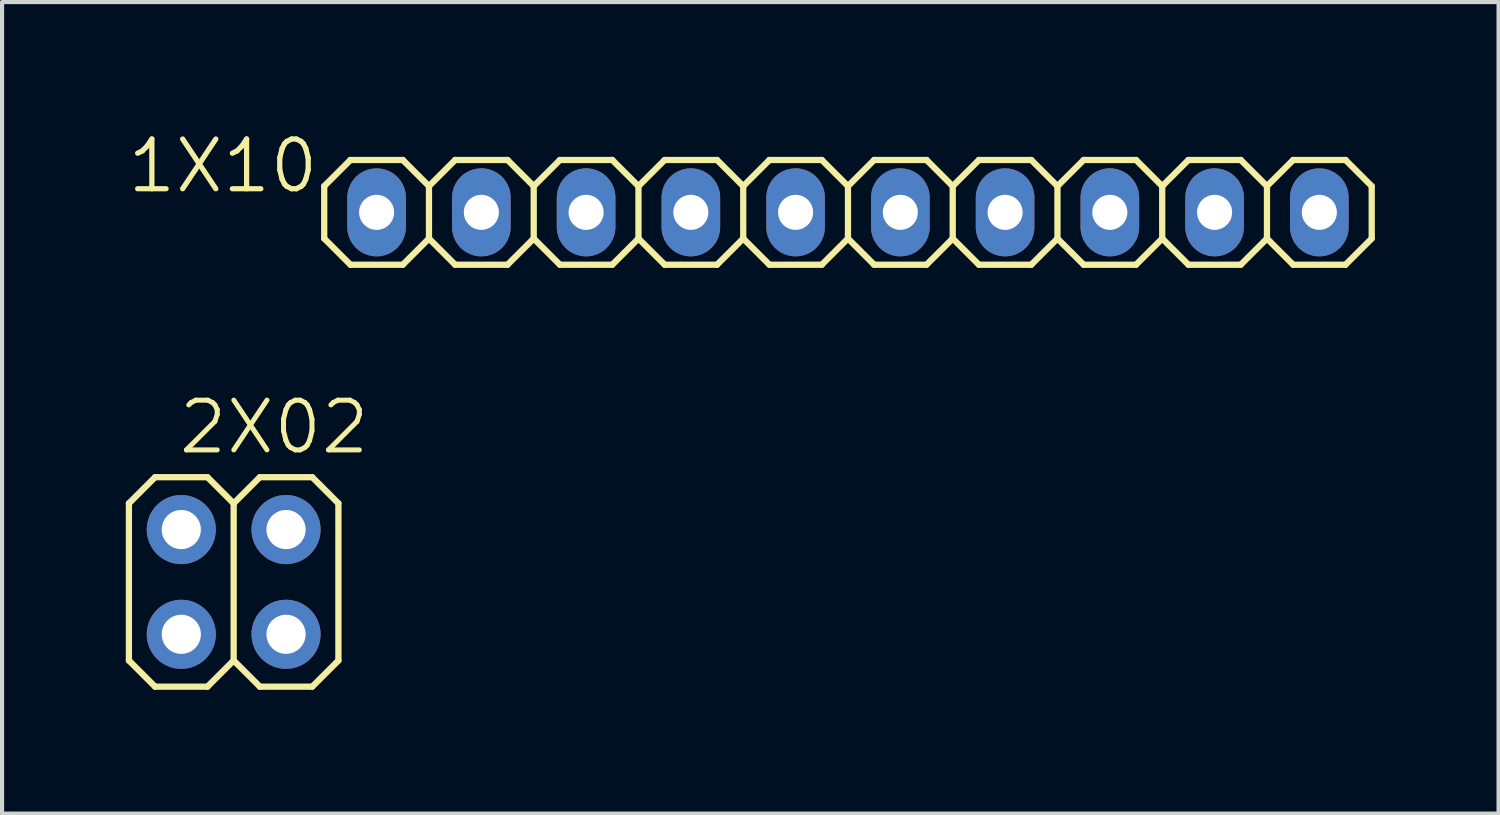
<source format=kicad_pcb>
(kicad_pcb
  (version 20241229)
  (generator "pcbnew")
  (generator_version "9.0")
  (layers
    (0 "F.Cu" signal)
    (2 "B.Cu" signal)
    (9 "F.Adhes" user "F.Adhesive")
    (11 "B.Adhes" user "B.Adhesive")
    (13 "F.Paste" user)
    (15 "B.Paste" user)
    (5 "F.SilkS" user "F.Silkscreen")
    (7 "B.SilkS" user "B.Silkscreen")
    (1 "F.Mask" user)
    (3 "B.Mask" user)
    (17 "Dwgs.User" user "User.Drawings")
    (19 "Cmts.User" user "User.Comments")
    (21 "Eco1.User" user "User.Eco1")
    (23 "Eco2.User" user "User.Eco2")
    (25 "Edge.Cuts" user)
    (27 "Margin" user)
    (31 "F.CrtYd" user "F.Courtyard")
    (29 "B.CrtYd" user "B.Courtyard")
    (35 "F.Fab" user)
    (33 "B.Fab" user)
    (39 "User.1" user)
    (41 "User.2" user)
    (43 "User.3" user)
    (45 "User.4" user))
  (footprint "2X02"
    (layer "F.Cu")
    (at 2.616 11.061)
    (property "Reference" "2X02" (at -1.397 -3.048 0) (layer "F.SilkS") (effects (font (size 1.206 1.206) (thickness 0.121)) (justify left bottom)))
    (attr through_hole)
    (fp_line (start -2.54 -1.905) (end -1.905 -2.54) (stroke (width 0.152) (type solid)) (layer "F.SilkS"))
    (fp_line (start -2.54 1.905) (end -2.54 -1.905) (stroke (width 0.152) (type solid)) (layer "F.SilkS"))
    (fp_line (start -2.54 1.905) (end -1.905 2.54) (stroke (width 0.152) (type solid)) (layer "F.SilkS"))
    (fp_line (start -1.905 -2.54) (end -0.635 -2.54) (stroke (width 0.152) (type solid)) (layer "F.SilkS"))
    (fp_line (start -1.905 2.54) (end -0.635 2.54) (stroke (width 0.152) (type solid)) (layer "F.SilkS"))
    (fp_line (start -0.635 -2.54) (end 0 -1.905) (stroke (width 0.152) (type solid)) (layer "F.SilkS"))
    (fp_line (start -0.635 2.54) (end 0 1.905) (stroke (width 0.152) (type solid)) (layer "F.SilkS"))
    (fp_line (start 0 -1.905) (end 0 1.905) (stroke (width 0.152) (type solid)) (layer "F.SilkS"))
    (fp_line (start 0 -1.905) (end 0.635 -2.54) (stroke (width 0.152) (type solid)) (layer "F.SilkS"))
    (fp_line (start 0 1.905) (end 0.635 2.54) (stroke (width 0.152) (type solid)) (layer "F.SilkS"))
    (fp_line (start 0.635 -2.54) (end 1.905 -2.54) (stroke (width 0.152) (type solid)) (layer "F.SilkS"))
    (fp_line (start 0.635 2.54) (end 1.905 2.54) (stroke (width 0.152) (type solid)) (layer "F.SilkS"))
    (fp_line (start 1.905 -2.54) (end 2.54 -1.905) (stroke (width 0.152) (type solid)) (layer "F.SilkS"))
    (fp_line (start 1.905 2.54) (end 2.54 1.905) (stroke (width 0.152) (type solid)) (layer "F.SilkS"))
    (fp_line (start 2.54 -1.905) (end 2.54 1.905) (stroke (width 0.152) (type solid)) (layer "F.SilkS"))
    (fp_poly (pts (xy -1.524 -1.016) (xy -1.016 -1.016) (xy -1.016 -1.524) (xy -1.524 -1.524)) (stroke (width 0.1) (type solid)) (fill no) (layer "F.Fab"))
    (fp_poly (pts (xy -1.524 1.524) (xy -1.016 1.524) (xy -1.016 1.016) (xy -1.524 1.016)) (stroke (width 0.1) (type solid)) (fill no) (layer "F.Fab"))
    (fp_poly (pts (xy 1.016 -1.016) (xy 1.524 -1.016) (xy 1.524 -1.524) (xy 1.016 -1.524)) (stroke (width 0.1) (type solid)) (fill no) (layer "F.Fab"))
    (fp_poly (pts (xy 1.016 1.524) (xy 1.524 1.524) (xy 1.524 1.016) (xy 1.016 1.016)) (stroke (width 0.1) (type solid)) (fill no) (layer "F.Fab"))
    (pad "1" thru_hole circle (at -1.27 1.27) (size 1.676 1.676) (drill 0.95) (layers "*.Cu" "*.Mask"))
    (pad "2" thru_hole circle (at -1.27 -1.27) (size 1.676 1.676) (drill 0.95) (layers "*.Cu" "*.Mask"))
    (pad "3" thru_hole circle (at 1.27 1.27) (size 1.676 1.676) (drill 0.95) (layers "*.Cu" "*.Mask"))
    (pad "4" thru_hole circle (at 1.27 -1.27) (size 1.676 1.676) (drill 0.95) (layers "*.Cu" "*.Mask")))
  (footprint "1X10"
    (layer "F.Cu")
    (at 17.512 2.099)
    (property "Reference" "1X10" (at -12.776 -1.829 0) (layer "F.SilkS") (effects (font (size 1.206 1.206) (thickness 0.127)) (justify right top)))
    (attr through_hole)
    (fp_line (start -12.7 -0.635) (end -12.7 0.635) (stroke (width 0.152) (type solid)) (layer "F.SilkS"))
    (fp_line (start -12.7 0.635) (end -12.065 1.27) (stroke (width 0.152) (type solid)) (layer "F.SilkS"))
    (fp_line (start -12.065 -1.27) (end -12.7 -0.635) (stroke (width 0.152) (type solid)) (layer "F.SilkS"))
    (fp_line (start -12.065 -1.27) (end -10.795 -1.27) (stroke (width 0.152) (type solid)) (layer "F.SilkS"))
    (fp_line (start -10.795 -1.27) (end -10.16 -0.635) (stroke (width 0.152) (type solid)) (layer "F.SilkS"))
    (fp_line (start -10.795 1.27) (end -12.065 1.27) (stroke (width 0.152) (type solid)) (layer "F.SilkS"))
    (fp_line (start -10.16 -0.635) (end -10.16 0.635) (stroke (width 0.152) (type solid)) (layer "F.SilkS"))
    (fp_line (start -10.16 -0.635) (end -9.525 -1.27) (stroke (width 0.152) (type solid)) (layer "F.SilkS"))
    (fp_line (start -10.16 0.635) (end -10.795 1.27) (stroke (width 0.152) (type solid)) (layer "F.SilkS"))
    (fp_line (start -9.525 -1.27) (end -8.255 -1.27) (stroke (width 0.152) (type solid)) (layer "F.SilkS"))
    (fp_line (start -9.525 1.27) (end -10.16 0.635) (stroke (width 0.152) (type solid)) (layer "F.SilkS"))
    (fp_line (start -8.255 -1.27) (end -7.62 -0.635) (stroke (width 0.152) (type solid)) (layer "F.SilkS"))
    (fp_line (start -8.255 1.27) (end -9.525 1.27) (stroke (width 0.152) (type solid)) (layer "F.SilkS"))
    (fp_line (start -7.62 -0.635) (end -7.62 0.635) (stroke (width 0.152) (type solid)) (layer "F.SilkS"))
    (fp_line (start -7.62 -0.635) (end -6.985 -1.27) (stroke (width 0.152) (type solid)) (layer "F.SilkS"))
    (fp_line (start -7.62 0.635) (end -8.255 1.27) (stroke (width 0.152) (type solid)) (layer "F.SilkS"))
    (fp_line (start -6.985 -1.27) (end -5.715 -1.27) (stroke (width 0.152) (type solid)) (layer "F.SilkS"))
    (fp_line (start -6.985 1.27) (end -7.62 0.635) (stroke (width 0.152) (type solid)) (layer "F.SilkS"))
    (fp_line (start -5.715 -1.27) (end -5.08 -0.635) (stroke (width 0.152) (type solid)) (layer "F.SilkS"))
    (fp_line (start -5.715 1.27) (end -6.985 1.27) (stroke (width 0.152) (type solid)) (layer "F.SilkS"))
    (fp_line (start -5.08 -0.635) (end -5.08 0.635) (stroke (width 0.152) (type solid)) (layer "F.SilkS"))
    (fp_line (start -5.08 0.635) (end -5.715 1.27) (stroke (width 0.152) (type solid)) (layer "F.SilkS"))
    (fp_line (start -5.08 0.635) (end -4.445 1.27) (stroke (width 0.152) (type solid)) (layer "F.SilkS"))
    (fp_line (start -4.445 -1.27) (end -5.08 -0.635) (stroke (width 0.152) (type solid)) (layer "F.SilkS"))
    (fp_line (start -4.445 -1.27) (end -3.175 -1.27) (stroke (width 0.152) (type solid)) (layer "F.SilkS"))
    (fp_line (start -3.175 -1.27) (end -2.54 -0.635) (stroke (width 0.152) (type solid)) (layer "F.SilkS"))
    (fp_line (start -3.175 1.27) (end -4.445 1.27) (stroke (width 0.152) (type solid)) (layer "F.SilkS"))
    (fp_line (start -2.54 -0.635) (end -2.54 0.635) (stroke (width 0.152) (type solid)) (layer "F.SilkS"))
    (fp_line (start -2.54 -0.635) (end -1.905 -1.27) (stroke (width 0.152) (type solid)) (layer "F.SilkS"))
    (fp_line (start -2.54 0.635) (end -3.175 1.27) (stroke (width 0.152) (type solid)) (layer "F.SilkS"))
    (fp_line (start -1.905 -1.27) (end -0.635 -1.27) (stroke (width 0.152) (type solid)) (layer "F.SilkS"))
    (fp_line (start -1.905 1.27) (end -2.54 0.635) (stroke (width 0.152) (type solid)) (layer "F.SilkS"))
    (fp_line (start -0.635 -1.27) (end 0 -0.635) (stroke (width 0.152) (type solid)) (layer "F.SilkS"))
    (fp_line (start -0.635 1.27) (end -1.905 1.27) (stroke (width 0.152) (type solid)) (layer "F.SilkS"))
    (fp_line (start 0 -0.635) (end 0 0.635) (stroke (width 0.152) (type solid)) (layer "F.SilkS"))
    (fp_line (start 0 -0.635) (end 0.635 -1.27) (stroke (width 0.152) (type solid)) (layer "F.SilkS"))
    (fp_line (start 0 0.635) (end -0.635 1.27) (stroke (width 0.152) (type solid)) (layer "F.SilkS"))
    (fp_line (start 0.635 -1.27) (end 1.905 -1.27) (stroke (width 0.152) (type solid)) (layer "F.SilkS"))
    (fp_line (start 0.635 1.27) (end 0 0.635) (stroke (width 0.152) (type solid)) (layer "F.SilkS"))
    (fp_line (start 1.905 -1.27) (end 2.54 -0.635) (stroke (width 0.152) (type solid)) (layer "F.SilkS"))
    (fp_line (start 1.905 1.27) (end 0.635 1.27) (stroke (width 0.152) (type solid)) (layer "F.SilkS"))
    (fp_line (start 2.54 -0.635) (end 2.54 0.635) (stroke (width 0.152) (type solid)) (layer "F.SilkS"))
    (fp_line (start 2.54 0.635) (end 1.905 1.27) (stroke (width 0.152) (type solid)) (layer "F.SilkS"))
    (fp_line (start 2.54 0.635) (end 3.175 1.27) (stroke (width 0.152) (type solid)) (layer "F.SilkS"))
    (fp_line (start 3.175 -1.27) (end 2.54 -0.635) (stroke (width 0.152) (type solid)) (layer "F.SilkS"))
    (fp_line (start 3.175 -1.27) (end 4.445 -1.27) (stroke (width 0.152) (type solid)) (layer "F.SilkS"))
    (fp_line (start 4.445 -1.27) (end 5.08 -0.635) (stroke (width 0.152) (type solid)) (layer "F.SilkS"))
    (fp_line (start 4.445 1.27) (end 3.175 1.27) (stroke (width 0.152) (type solid)) (layer "F.SilkS"))
    (fp_line (start 5.08 -0.635) (end 5.08 0.635) (stroke (width 0.152) (type solid)) (layer "F.SilkS"))
    (fp_line (start 5.08 -0.635) (end 5.715 -1.27) (stroke (width 0.152) (type solid)) (layer "F.SilkS"))
    (fp_line (start 5.08 0.635) (end 4.445 1.27) (stroke (width 0.152) (type solid)) (layer "F.SilkS"))
    (fp_line (start 5.715 -1.27) (end 6.985 -1.27) (stroke (width 0.152) (type solid)) (layer "F.SilkS"))
    (fp_line (start 5.715 1.27) (end 5.08 0.635) (stroke (width 0.152) (type solid)) (layer "F.SilkS"))
    (fp_line (start 6.985 -1.27) (end 7.62 -0.635) (stroke (width 0.152) (type solid)) (layer "F.SilkS"))
    (fp_line (start 6.985 1.27) (end 5.715 1.27) (stroke (width 0.152) (type solid)) (layer "F.SilkS"))
    (fp_line (start 7.62 -0.635) (end 7.62 0.635) (stroke (width 0.152) (type solid)) (layer "F.SilkS"))
    (fp_line (start 7.62 -0.635) (end 8.255 -1.27) (stroke (width 0.152) (type solid)) (layer "F.SilkS"))
    (fp_line (start 7.62 0.635) (end 6.985 1.27) (stroke (width 0.152) (type solid)) (layer "F.SilkS"))
    (fp_line (start 8.255 -1.27) (end 9.525 -1.27) (stroke (width 0.152) (type solid)) (layer "F.SilkS"))
    (fp_line (start 8.255 1.27) (end 7.62 0.635) (stroke (width 0.152) (type solid)) (layer "F.SilkS"))
    (fp_line (start 9.525 -1.27) (end 10.16 -0.635) (stroke (width 0.152) (type solid)) (layer "F.SilkS"))
    (fp_line (start 9.525 1.27) (end 8.255 1.27) (stroke (width 0.152) (type solid)) (layer "F.SilkS"))
    (fp_line (start 10.16 -0.635) (end 10.16 0.635) (stroke (width 0.152) (type solid)) (layer "F.SilkS"))
    (fp_line (start 10.16 0.635) (end 9.525 1.27) (stroke (width 0.152) (type solid)) (layer "F.SilkS"))
    (fp_line (start 10.16 0.635) (end 10.795 1.27) (stroke (width 0.152) (type solid)) (layer "F.SilkS"))
    (fp_line (start 10.795 -1.27) (end 10.16 -0.635) (stroke (width 0.152) (type solid)) (layer "F.SilkS"))
    (fp_line (start 10.795 -1.27) (end 12.065 -1.27) (stroke (width 0.152) (type solid)) (layer "F.SilkS"))
    (fp_line (start 12.065 -1.27) (end 12.7 -0.635) (stroke (width 0.152) (type solid)) (layer "F.SilkS"))
    (fp_line (start 12.065 1.27) (end 10.795 1.27) (stroke (width 0.152) (type solid)) (layer "F.SilkS"))
    (fp_line (start 12.7 -0.635) (end 12.7 0.635) (stroke (width 0.152) (type solid)) (layer "F.SilkS"))
    (fp_line (start 12.7 0.635) (end 12.065 1.27) (stroke (width 0.152) (type solid)) (layer "F.SilkS"))
    (fp_poly (pts (xy -11.684 0.254) (xy -11.176 0.254) (xy -11.176 -0.254) (xy -11.684 -0.254)) (stroke (width 0.1) (type solid)) (fill no) (layer "F.Fab"))
    (fp_poly (pts (xy -9.144 0.254) (xy -8.636 0.254) (xy -8.636 -0.254) (xy -9.144 -0.254)) (stroke (width 0.1) (type solid)) (fill no) (layer "F.Fab"))
    (fp_poly (pts (xy -6.604 0.254) (xy -6.096 0.254) (xy -6.096 -0.254) (xy -6.604 -0.254)) (stroke (width 0.1) (type solid)) (fill no) (layer "F.Fab"))
    (fp_poly (pts (xy -4.064 0.254) (xy -3.556 0.254) (xy -3.556 -0.254) (xy -4.064 -0.254)) (stroke (width 0.1) (type solid)) (fill no) (layer "F.Fab"))
    (fp_poly (pts (xy -1.524 0.254) (xy -1.016 0.254) (xy -1.016 -0.254) (xy -1.524 -0.254)) (stroke (width 0.1) (type solid)) (fill no) (layer "F.Fab"))
    (fp_poly (pts (xy 1.016 0.254) (xy 1.524 0.254) (xy 1.524 -0.254) (xy 1.016 -0.254)) (stroke (width 0.1) (type solid)) (fill no) (layer "F.Fab"))
    (fp_poly (pts (xy 3.556 0.254) (xy 4.064 0.254) (xy 4.064 -0.254) (xy 3.556 -0.254)) (stroke (width 0.1) (type solid)) (fill no) (layer "F.Fab"))
    (fp_poly (pts (xy 6.096 0.254) (xy 6.604 0.254) (xy 6.604 -0.254) (xy 6.096 -0.254)) (stroke (width 0.1) (type solid)) (fill no) (layer "F.Fab"))
    (fp_poly (pts (xy 8.636 0.254) (xy 9.144 0.254) (xy 9.144 -0.254) (xy 8.636 -0.254)) (stroke (width 0.1) (type solid)) (fill no) (layer "F.Fab"))
    (fp_poly (pts (xy 11.176 0.254) (xy 11.684 0.254) (xy 11.684 -0.254) (xy 11.176 -0.254)) (stroke (width 0.1) (type solid)) (fill no) (layer "F.Fab"))
    (pad "1" thru_hole oval (at -11.43 0 90) (size 2.134 1.422) (drill 0.85) (layers "*.Cu" "*.Mask"))
    (pad "2" thru_hole oval (at -8.89 0 90) (size 2.134 1.422) (drill 0.85) (layers "*.Cu" "*.Mask"))
    (pad "3" thru_hole oval (at -6.35 0 90) (size 2.134 1.422) (drill 0.85) (layers "*.Cu" "*.Mask"))
    (pad "4" thru_hole oval (at -3.81 0 90) (size 2.134 1.422) (drill 0.85) (layers "*.Cu" "*.Mask"))
    (pad "5" thru_hole oval (at -1.27 0 90) (size 2.134 1.422) (drill 0.85) (layers "*.Cu" "*.Mask"))
    (pad "6" thru_hole oval (at 1.27 0 90) (size 2.134 1.422) (drill 0.85) (layers "*.Cu" "*.Mask"))
    (pad "7" thru_hole oval (at 3.81 0 90) (size 2.134 1.422) (drill 0.85) (layers "*.Cu" "*.Mask"))
    (pad "8" thru_hole oval (at 6.35 0 90) (size 2.134 1.422) (drill 0.85) (layers "*.Cu" "*.Mask"))
    (pad "9" thru_hole oval (at 8.89 0 90) (size 2.134 1.422) (drill 0.85) (layers "*.Cu" "*.Mask"))
    (pad "10" thru_hole oval (at 11.43 0 90) (size 2.134 1.422) (drill 0.85) (layers "*.Cu" "*.Mask")))
  (gr_rect
    (start -3 -3)
    (end 33.288 16.678)
    (stroke (width 0.1) (type default))
    (fill no)
    (layer "Edge.Cuts")))
</source>
